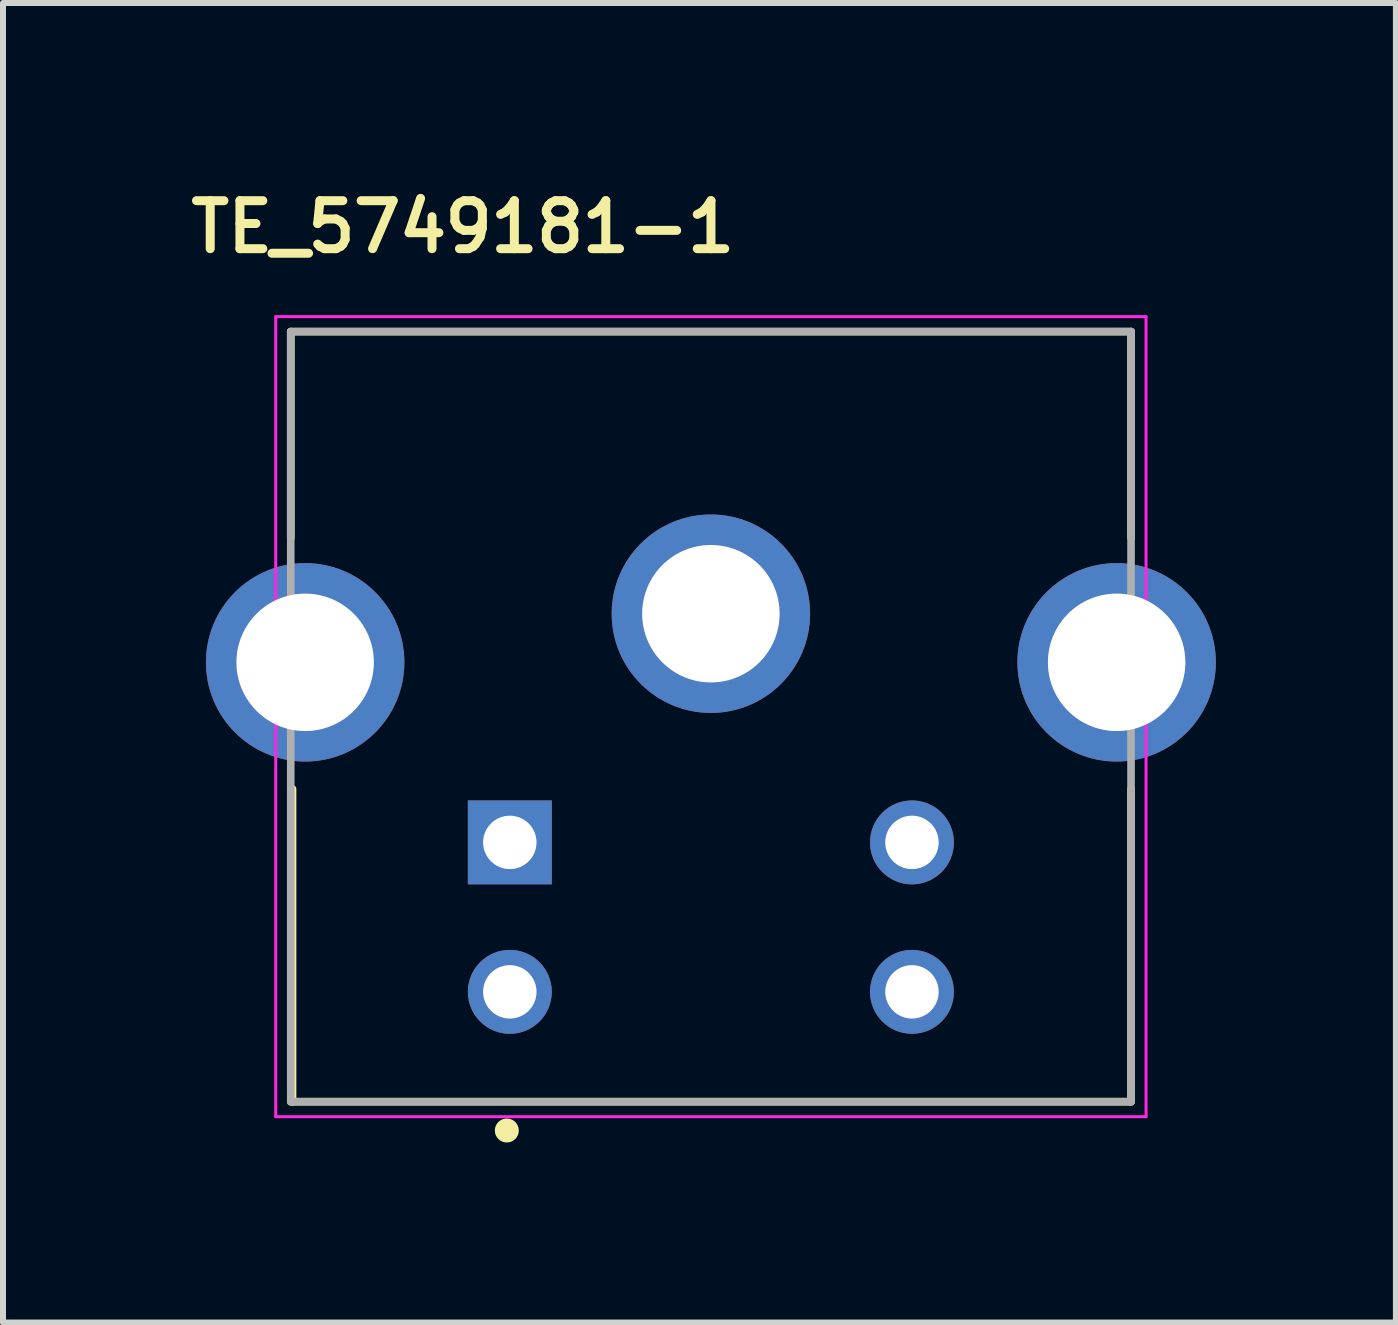
<source format=kicad_pcb>
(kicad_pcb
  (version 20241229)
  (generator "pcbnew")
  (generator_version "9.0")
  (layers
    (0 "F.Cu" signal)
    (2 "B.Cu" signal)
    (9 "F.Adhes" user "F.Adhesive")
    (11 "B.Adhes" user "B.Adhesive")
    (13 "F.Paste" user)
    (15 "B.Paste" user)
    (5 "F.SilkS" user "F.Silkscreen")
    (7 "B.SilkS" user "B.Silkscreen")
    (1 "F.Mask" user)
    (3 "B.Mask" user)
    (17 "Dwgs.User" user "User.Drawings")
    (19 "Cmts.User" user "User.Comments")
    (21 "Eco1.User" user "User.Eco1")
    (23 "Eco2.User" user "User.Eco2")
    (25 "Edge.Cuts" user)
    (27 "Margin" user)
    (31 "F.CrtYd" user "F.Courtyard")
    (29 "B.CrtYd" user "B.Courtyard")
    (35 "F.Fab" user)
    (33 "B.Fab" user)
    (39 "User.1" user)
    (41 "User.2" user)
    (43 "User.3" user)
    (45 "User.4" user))
  (footprint "TE_5749181-1"
    (layer "F.Cu")
    (at 8.794 10.985)
    (property "Reference" "TE_5749181-1" (at -4.132 -10.254 0) (layer "F.SilkS") (effects (font (size 0.8 0.8) (thickness 0.15))))
    (attr through_hole)
    (fp_line (start -7 -8.51) (end 7 -8.51) (stroke (width 0.127) (type solid)) (layer "F.SilkS"))
    (fp_line (start -7 -5.07) (end -7 -8.51) (stroke (width 0.127) (type solid)) (layer "F.SilkS"))
    (fp_line (start -6.97 -0.89) (end -6.97 4.32) (stroke (width 0.127) (type solid)) (layer "F.SilkS"))
    (fp_line (start -6.97 4.32) (end -7 4.32) (stroke (width 0.127) (type solid)) (layer "F.SilkS"))
    (fp_line (start 7 -5.07) (end 7 -8.51) (stroke (width 0.127) (type solid)) (layer "F.SilkS"))
    (fp_line (start 7 -0.89) (end 7 4.32) (stroke (width 0.127) (type solid)) (layer "F.SilkS"))
    (fp_line (start 7 4.32) (end -6.97 4.32) (stroke (width 0.127) (type solid)) (layer "F.SilkS"))
    (fp_circle (center -3.4 4.8) (end -3.3 4.8) (stroke (width 0.2) (type solid)) (fill no) (layer "F.SilkS"))
    (fp_line (start -7.25 -8.76) (end 7.25 -8.76) (stroke (width 0.05) (type solid)) (layer "F.CrtYd"))
    (fp_line (start -7.25 4.57) (end -7.25 -8.76) (stroke (width 0.05) (type solid)) (layer "F.CrtYd"))
    (fp_line (start 7.25 -8.76) (end 7.25 4.57) (stroke (width 0.05) (type solid)) (layer "F.CrtYd"))
    (fp_line (start 7.25 4.57) (end -7.25 4.57) (stroke (width 0.05) (type solid)) (layer "F.CrtYd"))
    (fp_line (start -7 -8.51) (end 7 -8.51) (stroke (width 0.127) (type solid)) (layer "F.Fab"))
    (fp_line (start -7 4.32) (end -7 -8.51) (stroke (width 0.127) (type solid)) (layer "F.Fab"))
    (fp_line (start 7 -8.51) (end 7 4.32) (stroke (width 0.127) (type solid)) (layer "F.Fab"))
    (fp_line (start 7 4.32) (end -7 4.32) (stroke (width 0.127) (type solid)) (layer "F.Fab"))
    (pad "1" thru_hole rect (at -3.35 0) (size 1.398 1.398) (drill 0.89) (layers "*.Cu" "*.Mask"))
    (pad "2" thru_hole circle (at 3.35 0) (size 1.398 1.398) (drill 0.89) (layers "*.Cu" "*.Mask"))
    (pad "3" thru_hole circle (at -3.35 2.49) (size 1.398 1.398) (drill 0.89) (layers "*.Cu" "*.Mask"))
    (pad "4" thru_hole circle (at 3.35 2.49) (size 1.398 1.398) (drill 0.89) (layers "*.Cu" "*.Mask"))
    (pad "5" thru_hole circle (at 0 -3.81) (size 3.306 3.306) (drill 2.29) (layers "*.Cu" "*.Mask"))
    (pad "6" thru_hole circle (at 6.76 -3) (size 3.306 3.306) (drill 2.29) (layers "*.Cu" "*.Mask"))
    (pad "7" thru_hole circle (at -6.76 -3) (size 3.306 3.306) (drill 2.29) (layers "*.Cu" "*.Mask")))
  (gr_rect
    (start -3 -3)
    (end 20.207 18.985)
    (stroke (width 0.1) (type default))
    (fill no)
    (layer "Edge.Cuts")))
</source>
